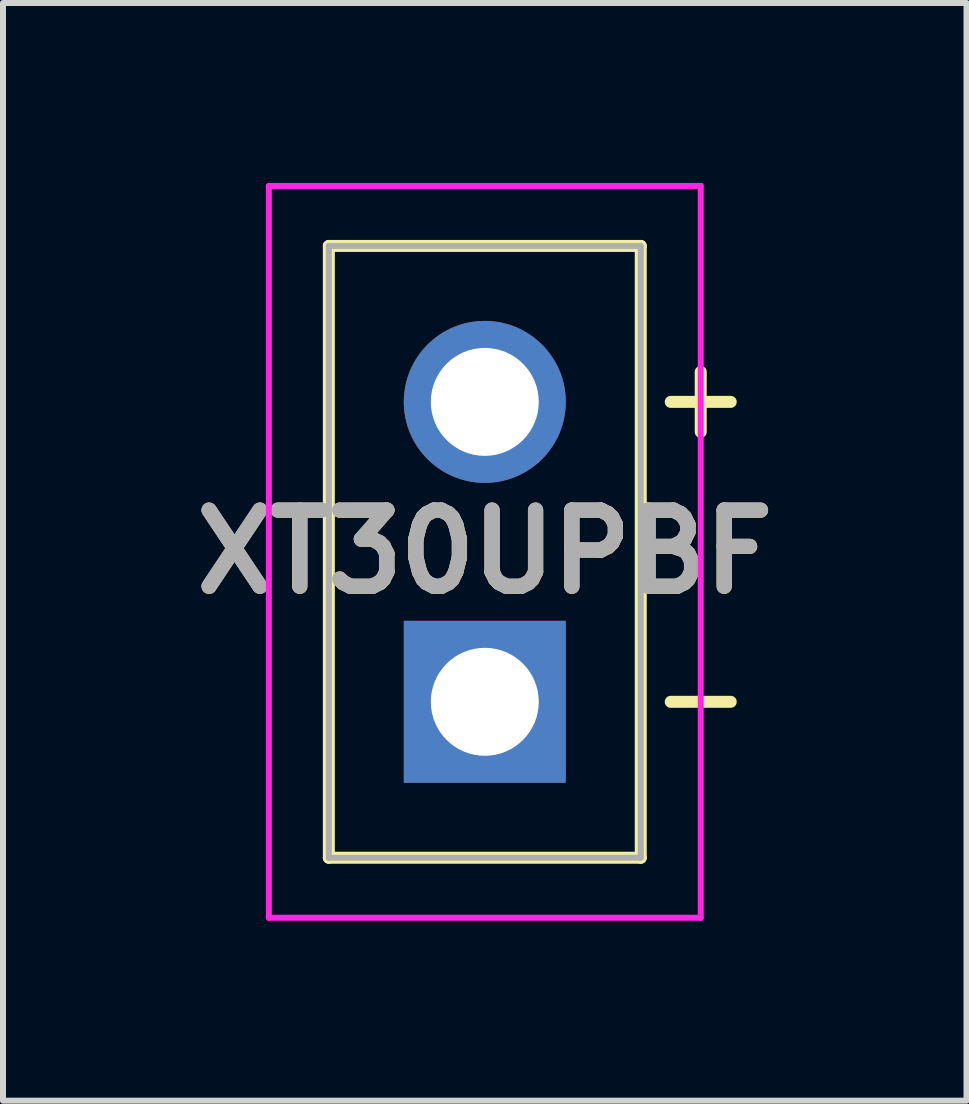
<source format=kicad_pcb>
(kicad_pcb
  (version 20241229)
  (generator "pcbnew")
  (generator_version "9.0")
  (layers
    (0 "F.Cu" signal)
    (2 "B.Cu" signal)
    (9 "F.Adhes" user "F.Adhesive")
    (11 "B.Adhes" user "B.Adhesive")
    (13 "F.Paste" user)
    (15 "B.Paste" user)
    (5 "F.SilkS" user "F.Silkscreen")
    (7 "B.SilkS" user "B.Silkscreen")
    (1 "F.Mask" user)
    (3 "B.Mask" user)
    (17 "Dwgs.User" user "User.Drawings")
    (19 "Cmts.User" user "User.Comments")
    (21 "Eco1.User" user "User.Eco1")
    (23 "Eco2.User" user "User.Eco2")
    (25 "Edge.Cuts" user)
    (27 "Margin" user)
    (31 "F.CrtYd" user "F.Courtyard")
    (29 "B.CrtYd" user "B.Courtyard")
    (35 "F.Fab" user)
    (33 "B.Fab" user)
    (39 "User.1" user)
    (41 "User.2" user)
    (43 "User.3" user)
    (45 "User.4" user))
  (footprint "XT30UPBF"
    (layer "F.Cu")
    (at 5.032 8.65)
    (property "Reference" "XT30UPBF" (at 0 -2.5 0) (layer "F.SilkS") (effects (font (size 1.27 1.27) (thickness 0.254))))
    (attr through_hole)
    (fp_line (start -2.6 -7.6) (end 2.6 -7.6) (stroke (width 0.2) (type solid)) (layer "F.SilkS"))
    (fp_line (start -2.6 2.6) (end -2.6 -7.6) (stroke (width 0.2) (type solid)) (layer "F.SilkS"))
    (fp_line (start 2.6 -7.6) (end 2.6 2.6) (stroke (width 0.2) (type solid)) (layer "F.SilkS"))
    (fp_line (start 2.6 2.6) (end -2.6 2.6) (stroke (width 0.2) (type solid)) (layer "F.SilkS"))
    (fp_line (start 3.1 -5) (end 4.1 -5) (stroke (width 0.2) (type solid)) (layer "F.SilkS"))
    (fp_line (start 3.1 0) (end 4.1 0) (stroke (width 0.2) (type solid)) (layer "F.SilkS"))
    (fp_line (start 3.6 -5.5) (end 3.6 -4.5) (stroke (width 0.2) (type solid)) (layer "F.SilkS"))
    (fp_line (start -3.6 -8.6) (end 3.6 -8.6) (stroke (width 0.1) (type solid)) (layer "F.CrtYd"))
    (fp_line (start -3.6 3.6) (end -3.6 -8.6) (stroke (width 0.1) (type solid)) (layer "F.CrtYd"))
    (fp_line (start 3.6 -8.6) (end 3.6 3.6) (stroke (width 0.1) (type solid)) (layer "F.CrtYd"))
    (fp_line (start 3.6 3.6) (end -3.6 3.6) (stroke (width 0.1) (type solid)) (layer "F.CrtYd"))
    (fp_line (start -2.6 -7.6) (end 2.6 -7.6) (stroke (width 0.1) (type solid)) (layer "F.Fab"))
    (fp_line (start -2.6 2.6) (end -2.6 -7.6) (stroke (width 0.1) (type solid)) (layer "F.Fab"))
    (fp_line (start 2.6 -7.6) (end 2.6 2.6) (stroke (width 0.1) (type solid)) (layer "F.Fab"))
    (fp_line (start 2.6 2.6) (end -2.6 2.6) (stroke (width 0.1) (type solid)) (layer "F.Fab"))
    (fp_text user "${REFERENCE}" (at 0 -2.5 0) (layer "F.Fab") (effects (font (size 1.27 1.27) (thickness 0.254))))
    (pad "1" thru_hole rect (at 0 0) (size 2.7 2.7) (drill 1.8) (layers "*.Cu" "*.Mask"))
    (pad "2" thru_hole circle (at 0 -5) (size 2.7 2.7) (drill 1.8) (layers "*.Cu" "*.Mask")))
  (gr_rect
    (start -3 -3)
    (end 13.063 15.3)
    (stroke (width 0.1) (type default))
    (fill no)
    (layer "Edge.Cuts")))
</source>
